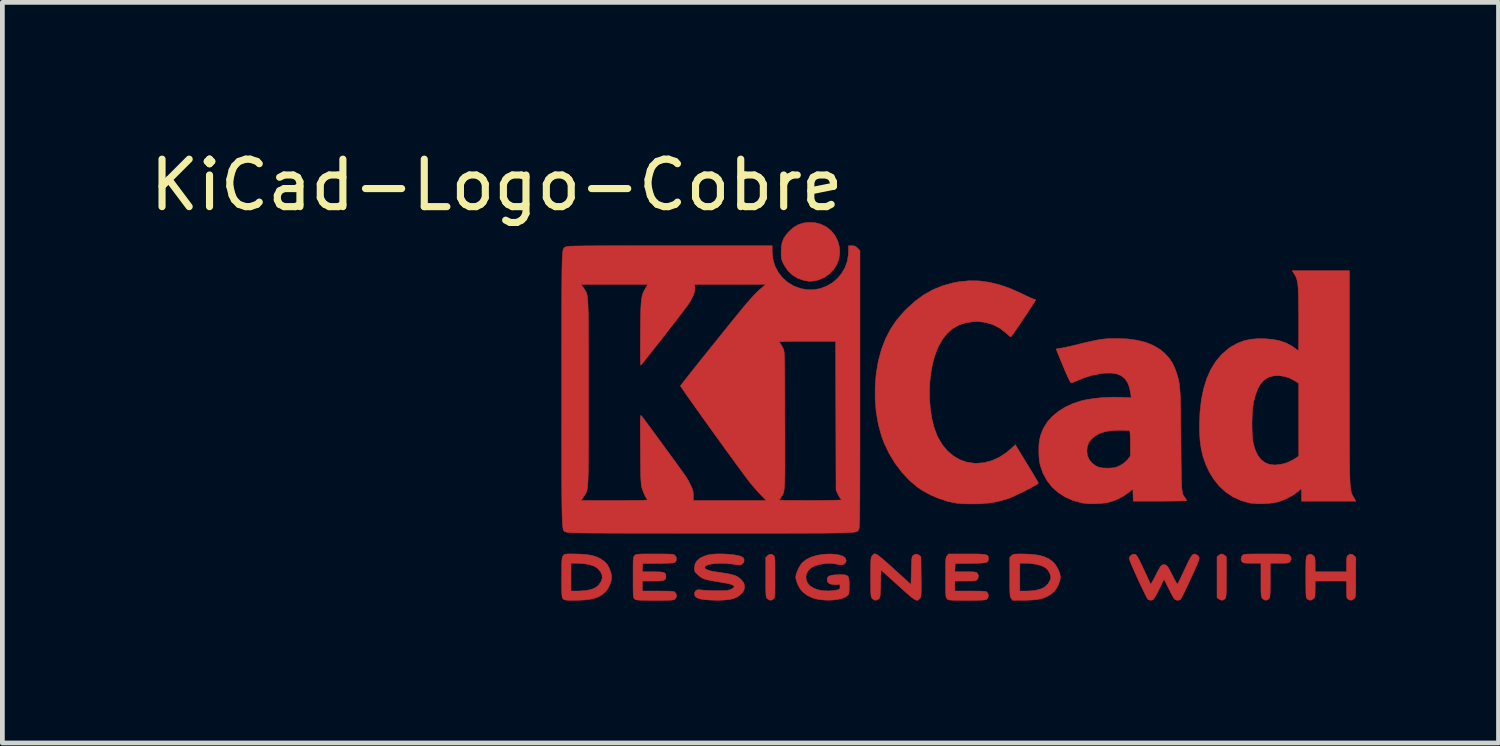
<source format=kicad_pcb>
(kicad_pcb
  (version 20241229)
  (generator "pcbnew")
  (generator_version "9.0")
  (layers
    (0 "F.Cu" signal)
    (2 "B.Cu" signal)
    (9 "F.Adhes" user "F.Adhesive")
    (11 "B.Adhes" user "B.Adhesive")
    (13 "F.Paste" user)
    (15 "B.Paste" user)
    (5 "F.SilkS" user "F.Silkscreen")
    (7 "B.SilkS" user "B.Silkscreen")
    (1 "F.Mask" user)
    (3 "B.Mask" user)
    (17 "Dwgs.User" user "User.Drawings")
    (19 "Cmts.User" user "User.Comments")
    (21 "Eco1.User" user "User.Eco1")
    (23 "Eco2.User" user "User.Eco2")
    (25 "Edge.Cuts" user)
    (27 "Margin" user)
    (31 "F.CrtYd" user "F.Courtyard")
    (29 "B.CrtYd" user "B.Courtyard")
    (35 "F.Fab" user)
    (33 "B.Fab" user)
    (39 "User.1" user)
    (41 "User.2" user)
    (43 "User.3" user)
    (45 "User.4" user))
  (footprint "KiCad-Logo-Cobre"
    (layer "F.Cu")
    (at 17.139 5.598)
    (property "Reference" "KiCad-Logo-Cobre" (at -9.728 -4.75 0) (layer "F.SilkS") (effects (font (size 1 1) (thickness 0.15))))
    (attr exclude_from_pos_files exclude_from_bom)
    (fp_poly (pts (xy 5.577 3.03) (xy 5.608 3.05) (xy 5.644 3.078) (xy 5.644 3.507) (xy 5.643 3.632) (xy 5.643 3.73) (xy 5.642 3.806) (xy 5.64 3.862) (xy 5.637 3.902) (xy 5.633 3.929) (xy 5.627 3.947) (xy 5.62 3.96) (xy 5.615 3.966) (xy 5.573 3.994) (xy 5.525 3.992) (xy 5.484 3.969) (xy 5.448 3.94) (xy 5.448 3.078) (xy 5.484 3.05) (xy 5.518 3.029) (xy 5.546 3.021) (xy 5.577 3.03)) (stroke (width 0.01) (type solid)) (fill yes) (layer "F.Cu"))
    (fp_poly (pts (xy -3.893 3.051) (xy -3.884 3.061) (xy -3.877 3.074) (xy -3.872 3.094) (xy -3.868 3.123) (xy -3.865 3.166) (xy -3.864 3.225) (xy -3.863 3.305) (xy -3.863 3.409) (xy -3.863 3.509) (xy -3.863 3.634) (xy -3.863 3.733) (xy -3.864 3.808) (xy -3.866 3.864) (xy -3.869 3.903) (xy -3.873 3.93) (xy -3.878 3.948) (xy -3.886 3.96) (xy -3.893 3.968) (xy -3.937 3.994) (xy -3.983 3.992) (xy -4.025 3.963) (xy -4.035 3.952) (xy -4.042 3.939) (xy -4.048 3.921) (xy -4.052 3.893) (xy -4.055 3.854) (xy -4.057 3.798) (xy -4.058 3.722) (xy -4.058 3.623) (xy -4.058 3.512) (xy -4.058 3.095) (xy -4.021 3.058) (xy -3.976 3.027) (xy -3.932 3.026) (xy -3.893 3.051)) (stroke (width 0.01) (type solid)) (fill yes) (layer "F.Cu"))
    (fp_poly (pts (xy -3.026 -3.959) (xy -2.898 -3.926) (xy -2.783 -3.869) (xy -2.683 -3.79) (xy -2.602 -3.69) (xy -2.542 -3.572) (xy -2.507 -3.444) (xy -2.499 -3.314) (xy -2.519 -3.189) (xy -2.564 -3.072) (xy -2.631 -2.967) (xy -2.719 -2.876) (xy -2.824 -2.804) (xy -2.945 -2.753) (xy -3.013 -2.737) (xy -3.072 -2.727) (xy -3.118 -2.723) (xy -3.162 -2.725) (xy -3.216 -2.734) (xy -3.26 -2.744) (xy -3.384 -2.786) (xy -3.496 -2.854) (xy -3.592 -2.946) (xy -3.669 -3.06) (xy -3.688 -3.096) (xy -3.71 -3.145) (xy -3.724 -3.185) (xy -3.731 -3.228) (xy -3.734 -3.283) (xy -3.734 -3.344) (xy -3.729 -3.456) (xy -3.711 -3.549) (xy -3.678 -3.629) (xy -3.625 -3.707) (xy -3.574 -3.766) (xy -3.478 -3.854) (xy -3.378 -3.914) (xy -3.268 -3.95) (xy -3.165 -3.964) (xy -3.026 -3.959)) (stroke (width 0.01) (type solid)) (fill yes) (layer "F.Cu"))
    (fp_poly (pts (xy 6.608 3.021) (xy 6.712 3.022) (xy 6.794 3.023) (xy 6.855 3.024) (xy 6.899 3.027) (xy 6.93 3.031) (xy 6.951 3.036) (xy 6.964 3.042) (xy 6.971 3.047) (xy 7.005 3.091) (xy 7.009 3.136) (xy 6.988 3.176) (xy 6.974 3.193) (xy 6.959 3.204) (xy 6.938 3.211) (xy 6.904 3.215) (xy 6.852 3.216) (xy 6.777 3.216) (xy 6.762 3.216) (xy 6.568 3.216) (xy 6.568 3.577) (xy 6.568 3.691) (xy 6.567 3.778) (xy 6.566 3.843) (xy 6.564 3.89) (xy 6.56 3.922) (xy 6.554 3.943) (xy 6.547 3.957) (xy 6.538 3.968) (xy 6.494 3.994) (xy 6.448 3.992) (xy 6.407 3.962) (xy 6.404 3.958) (xy 6.394 3.944) (xy 6.386 3.928) (xy 6.381 3.905) (xy 6.377 3.871) (xy 6.374 3.823) (xy 6.373 3.757) (xy 6.373 3.668) (xy 6.373 3.567) (xy 6.373 3.216) (xy 6.187 3.216) (xy 6.107 3.216) (xy 6.052 3.214) (xy 6.016 3.209) (xy 5.993 3.202) (xy 5.978 3.191) (xy 5.977 3.189) (xy 5.955 3.145) (xy 5.957 3.095) (xy 5.982 3.051) (xy 5.991 3.043) (xy 6.004 3.036) (xy 6.023 3.031) (xy 6.051 3.027) (xy 6.091 3.024) (xy 6.148 3.023) (xy 6.225 3.022) (xy 6.324 3.021) (xy 6.449 3.021) (xy 6.476 3.021) (xy 6.608 3.021)) (stroke (width 0.01) (type solid)) (fill yes) (layer "F.Cu"))
    (fp_poly (pts (xy 8.293 3.028) (xy 8.335 3.058) (xy 8.371 3.095) (xy 8.371 3.507) (xy 8.371 3.629) (xy 8.371 3.725) (xy 8.37 3.798) (xy 8.368 3.852) (xy 8.365 3.891) (xy 8.36 3.917) (xy 8.354 3.936) (xy 8.347 3.95) (xy 8.34 3.958) (xy 8.299 3.991) (xy 8.252 3.995) (xy 8.209 3.974) (xy 8.195 3.963) (xy 8.186 3.947) (xy 8.18 3.922) (xy 8.177 3.881) (xy 8.176 3.819) (xy 8.176 3.772) (xy 8.176 3.592) (xy 7.515 3.592) (xy 7.515 3.755) (xy 7.514 3.83) (xy 7.511 3.881) (xy 7.506 3.916) (xy 7.496 3.941) (xy 7.484 3.958) (xy 7.442 3.991) (xy 7.396 3.995) (xy 7.351 3.972) (xy 7.339 3.959) (xy 7.331 3.943) (xy 7.325 3.918) (xy 7.322 3.879) (xy 7.32 3.821) (xy 7.319 3.739) (xy 7.319 3.72) (xy 7.318 3.565) (xy 7.318 3.437) (xy 7.318 3.334) (xy 7.319 3.252) (xy 7.32 3.19) (xy 7.322 3.143) (xy 7.326 3.109) (xy 7.33 3.086) (xy 7.335 3.07) (xy 7.342 3.059) (xy 7.349 3.051) (xy 7.392 3.025) (xy 7.436 3.028) (xy 7.478 3.058) (xy 7.495 3.077) (xy 7.506 3.098) (xy 7.512 3.128) (xy 7.514 3.174) (xy 7.515 3.243) (xy 7.515 3.397) (xy 8.176 3.397) (xy 8.176 3.239) (xy 8.177 3.166) (xy 8.179 3.117) (xy 8.185 3.085) (xy 8.195 3.064) (xy 8.206 3.051) (xy 8.249 3.025) (xy 8.293 3.028)) (stroke (width 0.01) (type solid)) (fill yes) (layer "F.Cu"))
    (fp_poly (pts (xy 1.356 3.021) (xy 1.527 3.027) (xy 1.674 3.045) (xy 1.796 3.075) (xy 1.898 3.119) (xy 1.982 3.179) (xy 2.049 3.254) (xy 2.103 3.347) (xy 2.104 3.349) (xy 2.136 3.432) (xy 2.148 3.505) (xy 2.138 3.579) (xy 2.108 3.663) (xy 2.103 3.675) (xy 2.064 3.75) (xy 2.02 3.808) (xy 1.964 3.858) (xy 1.887 3.906) (xy 1.882 3.909) (xy 1.815 3.941) (xy 1.74 3.965) (xy 1.65 3.982) (xy 1.542 3.992) (xy 1.411 3.997) (xy 1.365 3.997) (xy 1.144 3.998) (xy 1.113 3.958) (xy 1.104 3.945) (xy 1.097 3.93) (xy 1.091 3.909) (xy 1.088 3.878) (xy 1.085 3.835) (xy 1.084 3.802) (xy 1.293 3.802) (xy 1.418 3.802) (xy 1.491 3.8) (xy 1.566 3.795) (xy 1.627 3.787) (xy 1.631 3.786) (xy 1.741 3.757) (xy 1.825 3.713) (xy 1.888 3.652) (xy 1.932 3.572) (xy 1.94 3.551) (xy 1.947 3.518) (xy 1.944 3.485) (xy 1.928 3.442) (xy 1.919 3.421) (xy 1.888 3.364) (xy 1.85 3.325) (xy 1.809 3.297) (xy 1.727 3.261) (xy 1.621 3.235) (xy 1.498 3.22) (xy 1.409 3.217) (xy 1.293 3.216) (xy 1.293 3.802) (xy 1.084 3.802) (xy 1.083 3.774) (xy 1.082 3.694) (xy 1.082 3.589) (xy 1.082 3.507) (xy 1.082 3.095) (xy 1.119 3.058) (xy 1.135 3.043) (xy 1.153 3.033) (xy 1.178 3.026) (xy 1.215 3.023) (xy 1.271 3.021) (xy 1.351 3.021) (xy 1.356 3.021)) (stroke (width 0.01) (type solid)) (fill yes) (layer "F.Cu"))
    (fp_poly (pts (xy -8.15 3.021) (xy -8.097 3.021) (xy -7.943 3.025) (xy -7.814 3.036) (xy -7.706 3.056) (xy -7.614 3.085) (xy -7.533 3.125) (xy -7.461 3.177) (xy -7.435 3.2) (xy -7.391 3.253) (xy -7.352 3.325) (xy -7.322 3.405) (xy -7.306 3.481) (xy -7.304 3.509) (xy -7.315 3.588) (xy -7.344 3.673) (xy -7.385 3.754) (xy -7.434 3.819) (xy -7.442 3.827) (xy -7.51 3.881) (xy -7.584 3.924) (xy -7.668 3.956) (xy -7.768 3.978) (xy -7.887 3.991) (xy -8.029 3.997) (xy -8.094 3.998) (xy -8.177 3.997) (xy -8.235 3.996) (xy -8.274 3.992) (xy -8.3 3.986) (xy -8.317 3.976) (xy -8.326 3.968) (xy -8.335 3.958) (xy -8.342 3.945) (xy -8.347 3.925) (xy -8.351 3.896) (xy -8.354 3.853) (xy -8.355 3.794) (xy -8.356 3.714) (xy -8.356 3.61) (xy -8.356 3.509) (xy -8.357 3.375) (xy -8.357 3.268) (xy -8.355 3.216) (xy -8.161 3.216) (xy -8.161 3.802) (xy -8.037 3.802) (xy -7.962 3.8) (xy -7.884 3.795) (xy -7.819 3.787) (xy -7.817 3.787) (xy -7.712 3.761) (xy -7.63 3.722) (xy -7.568 3.665) (xy -7.528 3.604) (xy -7.504 3.536) (xy -7.506 3.472) (xy -7.534 3.404) (xy -7.589 3.334) (xy -7.666 3.281) (xy -7.765 3.246) (xy -7.832 3.234) (xy -7.908 3.225) (xy -7.988 3.219) (xy -8.056 3.216) (xy -8.06 3.216) (xy -8.161 3.216) (xy -8.355 3.216) (xy -8.355 3.184) (xy -8.349 3.122) (xy -8.338 3.078) (xy -8.32 3.048) (xy -8.294 3.031) (xy -8.258 3.023) (xy -8.211 3.02) (xy -8.15 3.021)) (stroke (width 0.01) (type solid)) (fill yes) (layer "F.Cu"))
    (fp_poly (pts (xy -1.731 3.027) (xy -1.7 3.045) (xy -1.659 3.075) (xy -1.606 3.118) (xy -1.539 3.176) (xy -1.456 3.25) (xy -1.355 3.341) (xy -1.24 3.446) (xy -0.999 3.664) (xy -0.992 3.371) (xy -0.989 3.27) (xy -0.987 3.195) (xy -0.984 3.142) (xy -0.979 3.105) (xy -0.974 3.081) (xy -0.966 3.066) (xy -0.955 3.054) (xy -0.949 3.05) (xy -0.903 3.024) (xy -0.859 3.028) (xy -0.825 3.05) (xy -0.789 3.078) (xy -0.785 3.498) (xy -0.783 3.621) (xy -0.783 3.718) (xy -0.783 3.792) (xy -0.784 3.847) (xy -0.787 3.886) (xy -0.791 3.913) (xy -0.796 3.932) (xy -0.804 3.946) (xy -0.812 3.957) (xy -0.83 3.978) (xy -0.848 3.992) (xy -0.868 3.998) (xy -0.893 3.993) (xy -0.926 3.977) (xy -0.968 3.947) (xy -1.023 3.903) (xy -1.092 3.844) (xy -1.179 3.766) (xy -1.278 3.677) (xy -1.631 3.357) (xy -1.638 3.649) (xy -1.641 3.749) (xy -1.644 3.824) (xy -1.647 3.878) (xy -1.651 3.914) (xy -1.657 3.938) (xy -1.665 3.953) (xy -1.676 3.965) (xy -1.681 3.969) (xy -1.73 3.995) (xy -1.777 3.991) (xy -1.817 3.958) (xy -1.827 3.945) (xy -1.834 3.93) (xy -1.839 3.909) (xy -1.843 3.878) (xy -1.846 3.834) (xy -1.848 3.774) (xy -1.848 3.693) (xy -1.849 3.587) (xy -1.849 3.509) (xy -1.849 3.388) (xy -1.848 3.292) (xy -1.847 3.219) (xy -1.845 3.166) (xy -1.842 3.127) (xy -1.837 3.101) (xy -1.831 3.082) (xy -1.823 3.068) (xy -1.817 3.061) (xy -1.802 3.042) (xy -1.788 3.028) (xy -1.773 3.019) (xy -1.755 3.019) (xy -1.731 3.027)) (stroke (width 0.01) (type solid)) (fill yes) (layer "F.Cu"))
    (fp_poly (pts (xy -2.596 3.028) (xy -2.505 3.044) (xy -2.435 3.067) (xy -2.389 3.099) (xy -2.377 3.117) (xy -2.364 3.158) (xy -2.373 3.196) (xy -2.4 3.231) (xy -2.441 3.248) (xy -2.502 3.247) (xy -2.549 3.238) (xy -2.653 3.221) (xy -2.759 3.219) (xy -2.878 3.233) (xy -2.911 3.239) (xy -3.021 3.27) (xy -3.108 3.316) (xy -3.169 3.377) (xy -3.205 3.452) (xy -3.212 3.49) (xy -3.207 3.568) (xy -3.176 3.637) (xy -3.122 3.696) (xy -3.047 3.743) (xy -2.954 3.777) (xy -2.846 3.796) (xy -2.726 3.8) (xy -2.597 3.787) (xy -2.59 3.786) (xy -2.539 3.776) (xy -2.51 3.767) (xy -2.498 3.753) (xy -2.495 3.73) (xy -2.495 3.718) (xy -2.495 3.667) (xy -2.586 3.667) (xy -2.667 3.662) (xy -2.722 3.644) (xy -2.753 3.613) (xy -2.765 3.567) (xy -2.765 3.561) (xy -2.758 3.521) (xy -2.735 3.493) (xy -2.692 3.474) (xy -2.625 3.463) (xy -2.56 3.459) (xy -2.466 3.457) (xy -2.398 3.46) (xy -2.352 3.473) (xy -2.323 3.499) (xy -2.307 3.542) (xy -2.301 3.605) (xy -2.3 3.688) (xy -2.301 3.78) (xy -2.307 3.843) (xy -2.316 3.877) (xy -2.318 3.88) (xy -2.37 3.922) (xy -2.446 3.955) (xy -2.541 3.979) (xy -2.651 3.992) (xy -2.771 3.995) (xy -2.895 3.986) (xy -2.968 3.975) (xy -3.083 3.943) (xy -3.19 3.89) (xy -3.279 3.821) (xy -3.293 3.807) (xy -3.337 3.749) (xy -3.377 3.677) (xy -3.407 3.602) (xy -3.425 3.534) (xy -3.427 3.508) (xy -3.418 3.453) (xy -3.394 3.385) (xy -3.361 3.313) (xy -3.321 3.247) (xy -3.287 3.204) (xy -3.206 3.139) (xy -3.101 3.087) (xy -2.976 3.049) (xy -2.835 3.028) (xy -2.705 3.022) (xy -2.596 3.028)) (stroke (width 0.01) (type solid)) (fill yes) (layer "F.Cu"))
    (fp_poly (pts (xy 0.307 3.021) (xy 0.408 3.022) (xy 0.486 3.025) (xy 0.544 3.03) (xy 0.583 3.039) (xy 0.609 3.05) (xy 0.623 3.066) (xy 0.63 3.087) (xy 0.631 3.114) (xy 0.631 3.117) (xy 0.63 3.147) (xy 0.624 3.171) (xy 0.609 3.188) (xy 0.582 3.2) (xy 0.54 3.209) (xy 0.48 3.214) (xy 0.397 3.217) (xy 0.288 3.219) (xy 0.255 3.22) (xy -0.068 3.224) (xy -0.072 3.31) (xy -0.077 3.397) (xy 0.147 3.397) (xy 0.235 3.397) (xy 0.297 3.398) (xy 0.34 3.401) (xy 0.367 3.407) (xy 0.385 3.415) (xy 0.398 3.426) (xy 0.398 3.426) (xy 0.421 3.471) (xy 0.42 3.519) (xy 0.396 3.561) (xy 0.391 3.565) (xy 0.374 3.576) (xy 0.35 3.583) (xy 0.315 3.588) (xy 0.263 3.591) (xy 0.189 3.592) (xy 0.141 3.592) (xy -0.075 3.592) (xy -0.075 3.802) (xy 0.253 3.802) (xy 0.362 3.803) (xy 0.444 3.803) (xy 0.504 3.805) (xy 0.546 3.808) (xy 0.574 3.812) (xy 0.592 3.819) (xy 0.603 3.827) (xy 0.606 3.83) (xy 0.628 3.872) (xy 0.629 3.92) (xy 0.612 3.961) (xy 0.598 3.974) (xy 0.583 3.982) (xy 0.561 3.987) (xy 0.527 3.992) (xy 0.478 3.995) (xy 0.41 3.996) (xy 0.32 3.998) (xy 0.204 3.998) (xy 0.178 3.998) (xy 0.06 3.998) (xy -0.032 3.997) (xy -0.1 3.996) (xy -0.15 3.994) (xy -0.185 3.991) (xy -0.208 3.986) (xy -0.223 3.98) (xy -0.234 3.971) (xy -0.24 3.965) (xy -0.249 3.954) (xy -0.256 3.94) (xy -0.261 3.921) (xy -0.265 3.891) (xy -0.268 3.848) (xy -0.269 3.788) (xy -0.27 3.708) (xy -0.27 3.604) (xy -0.271 3.516) (xy -0.27 3.393) (xy -0.27 3.297) (xy -0.269 3.223) (xy -0.267 3.168) (xy -0.264 3.129) (xy -0.26 3.102) (xy -0.254 3.084) (xy -0.246 3.069) (xy -0.239 3.061) (xy -0.208 3.021) (xy 0.178 3.021) (xy 0.307 3.021)) (stroke (width 0.01) (type solid)) (fill yes) (layer "F.Cu"))
    (fp_poly (pts (xy -6.274 3.021) (xy -6.182 3.022) (xy -6.112 3.023) (xy -6.061 3.025) (xy -6.026 3.028) (xy -6.002 3.033) (xy -5.986 3.039) (xy -5.974 3.048) (xy -5.97 3.052) (xy -5.943 3.093) (xy -5.939 3.14) (xy -5.956 3.183) (xy -5.964 3.191) (xy -5.977 3.199) (xy -5.998 3.206) (xy -6.03 3.211) (xy -6.079 3.214) (xy -6.146 3.217) (xy -6.237 3.219) (xy -6.321 3.22) (xy -6.651 3.224) (xy -6.66 3.397) (xy -6.436 3.397) (xy -6.339 3.398) (xy -6.267 3.401) (xy -6.218 3.409) (xy -6.187 3.422) (xy -6.17 3.442) (xy -6.163 3.471) (xy -6.162 3.498) (xy -6.165 3.532) (xy -6.178 3.556) (xy -6.203 3.573) (xy -6.246 3.584) (xy -6.308 3.59) (xy -6.396 3.592) (xy -6.444 3.592) (xy -6.658 3.592) (xy -6.658 3.802) (xy -6.327 3.802) (xy -6.219 3.803) (xy -6.137 3.803) (xy -6.076 3.805) (xy -6.034 3.808) (xy -6.005 3.812) (xy -5.986 3.818) (xy -5.973 3.826) (xy -5.967 3.833) (xy -5.944 3.868) (xy -5.937 3.9) (xy -5.947 3.939) (xy -5.967 3.968) (xy -5.977 3.977) (xy -5.991 3.984) (xy -6.011 3.989) (xy -6.041 3.993) (xy -6.086 3.995) (xy -6.148 3.997) (xy -6.231 3.998) (xy -6.339 3.998) (xy -6.395 3.998) (xy -6.515 3.998) (xy -6.609 3.997) (xy -6.68 3.996) (xy -6.731 3.994) (xy -6.767 3.991) (xy -6.792 3.986) (xy -6.808 3.98) (xy -6.819 3.972) (xy -6.823 3.968) (xy -6.832 3.958) (xy -6.839 3.945) (xy -6.844 3.925) (xy -6.848 3.896) (xy -6.851 3.853) (xy -6.852 3.793) (xy -6.853 3.713) (xy -6.853 3.609) (xy -6.853 3.512) (xy -6.853 3.388) (xy -6.853 3.29) (xy -6.852 3.216) (xy -6.851 3.161) (xy -6.848 3.122) (xy -6.844 3.095) (xy -6.838 3.078) (xy -6.831 3.066) (xy -6.821 3.056) (xy -6.819 3.054) (xy -6.807 3.044) (xy -6.794 3.036) (xy -6.775 3.03) (xy -6.747 3.026) (xy -6.705 3.024) (xy -6.647 3.022) (xy -6.569 3.021) (xy -6.466 3.021) (xy -6.393 3.021) (xy -6.274 3.021)) (stroke (width 0.01) (type solid)) (fill yes) (layer "F.Cu"))
    (fp_poly (pts (xy 4.986 3.024) (xy 5.012 3.033) (xy 5.013 3.033) (xy 5.048 3.06) (xy 5.068 3.088) (xy 5.071 3.101) (xy 5.071 3.119) (xy 5.066 3.143) (xy 5.054 3.178) (xy 5.035 3.227) (xy 5.007 3.292) (xy 4.969 3.377) (xy 4.92 3.484) (xy 4.893 3.543) (xy 4.844 3.648) (xy 4.799 3.744) (xy 4.758 3.829) (xy 4.723 3.898) (xy 4.697 3.948) (xy 4.681 3.975) (xy 4.677 3.979) (xy 4.636 3.996) (xy 4.589 3.994) (xy 4.552 3.973) (xy 4.55 3.972) (xy 4.536 3.949) (xy 4.511 3.905) (xy 4.479 3.845) (xy 4.443 3.776) (xy 4.43 3.75) (xy 4.332 3.555) (xy 4.226 3.767) (xy 4.188 3.84) (xy 4.153 3.904) (xy 4.123 3.953) (xy 4.102 3.982) (xy 4.095 3.988) (xy 4.04 3.997) (xy 3.994 3.979) (xy 3.98 3.96) (xy 3.957 3.918) (xy 3.926 3.856) (xy 3.889 3.78) (xy 3.847 3.693) (xy 3.803 3.599) (xy 3.759 3.503) (xy 3.717 3.409) (xy 3.678 3.32) (xy 3.644 3.242) (xy 3.618 3.177) (xy 3.601 3.131) (xy 3.595 3.108) (xy 3.595 3.107) (xy 3.61 3.077) (xy 3.639 3.047) (xy 3.641 3.046) (xy 3.677 3.025) (xy 3.71 3.026) (xy 3.723 3.029) (xy 3.738 3.038) (xy 3.754 3.054) (xy 3.774 3.082) (xy 3.797 3.125) (xy 3.828 3.186) (xy 3.868 3.268) (xy 3.903 3.344) (xy 3.944 3.433) (xy 3.981 3.512) (xy 4.011 3.578) (xy 4.034 3.628) (xy 4.046 3.655) (xy 4.048 3.66) (xy 4.056 3.653) (xy 4.075 3.623) (xy 4.102 3.575) (xy 4.135 3.512) (xy 4.148 3.487) (xy 4.191 3.4) (xy 4.225 3.337) (xy 4.252 3.294) (xy 4.274 3.267) (xy 4.294 3.253) (xy 4.316 3.247) (xy 4.33 3.246) (xy 4.354 3.249) (xy 4.376 3.258) (xy 4.398 3.277) (xy 4.422 3.311) (xy 4.452 3.363) (xy 4.49 3.437) (xy 4.512 3.479) (xy 4.546 3.546) (xy 4.576 3.601) (xy 4.599 3.64) (xy 4.612 3.659) (xy 4.614 3.66) (xy 4.623 3.645) (xy 4.642 3.607) (xy 4.67 3.55) (xy 4.705 3.477) (xy 4.744 3.393) (xy 4.764 3.351) (xy 4.815 3.243) (xy 4.855 3.16) (xy 4.888 3.1) (xy 4.916 3.058) (xy 4.94 3.033) (xy 4.962 3.023) (xy 4.986 3.024)) (stroke (width 0.01) (type solid)) (fill yes) (layer "F.Cu"))
    (fp_poly (pts (xy -4.915 3.023) (xy -4.815 3.03) (xy -4.723 3.04) (xy -4.642 3.055) (xy -4.58 3.072) (xy -4.54 3.093) (xy -4.534 3.098) (xy -4.513 3.144) (xy -4.52 3.192) (xy -4.552 3.232) (xy -4.554 3.233) (xy -4.573 3.246) (xy -4.593 3.252) (xy -4.621 3.253) (xy -4.664 3.248) (xy -4.729 3.238) (xy -4.734 3.237) (xy -4.831 3.225) (xy -4.936 3.219) (xy -5.04 3.219) (xy -5.138 3.225) (xy -5.222 3.236) (xy -5.283 3.252) (xy -5.287 3.254) (xy -5.332 3.279) (xy -5.348 3.304) (xy -5.336 3.329) (xy -5.296 3.353) (xy -5.231 3.375) (xy -5.14 3.394) (xy -5.08 3.403) (xy -4.955 3.421) (xy -4.855 3.438) (xy -4.777 3.454) (xy -4.715 3.472) (xy -4.667 3.492) (xy -4.628 3.517) (xy -4.592 3.547) (xy -4.564 3.576) (xy -4.531 3.617) (xy -4.514 3.652) (xy -4.509 3.696) (xy -4.509 3.712) (xy -4.513 3.765) (xy -4.528 3.804) (xy -4.555 3.839) (xy -4.609 3.892) (xy -4.67 3.933) (xy -4.742 3.962) (xy -4.828 3.982) (xy -4.935 3.992) (xy -5.066 3.996) (xy -5.088 3.996) (xy -5.175 3.994) (xy -5.261 3.99) (xy -5.338 3.984) (xy -5.395 3.977) (xy -5.399 3.976) (xy -5.456 3.963) (xy -5.504 3.946) (xy -5.531 3.93) (xy -5.556 3.89) (xy -5.558 3.842) (xy -5.536 3.8) (xy -5.531 3.795) (xy -5.511 3.781) (xy -5.486 3.775) (xy -5.447 3.776) (xy -5.4 3.781) (xy -5.347 3.786) (xy -5.273 3.79) (xy -5.186 3.793) (xy -5.096 3.795) (xy -5.072 3.795) (xy -4.982 3.794) (xy -4.916 3.793) (xy -4.868 3.789) (xy -4.833 3.782) (xy -4.805 3.773) (xy -4.788 3.765) (xy -4.75 3.743) (xy -4.726 3.723) (xy -4.723 3.717) (xy -4.73 3.694) (xy -4.765 3.671) (xy -4.825 3.65) (xy -4.908 3.632) (xy -4.933 3.628) (xy -5.061 3.608) (xy -5.163 3.591) (xy -5.243 3.576) (xy -5.305 3.562) (xy -5.353 3.548) (xy -5.391 3.532) (xy -5.423 3.514) (xy -5.453 3.491) (xy -5.484 3.463) (xy -5.495 3.454) (xy -5.532 3.417) (xy -5.552 3.388) (xy -5.56 3.355) (xy -5.561 3.314) (xy -5.547 3.232) (xy -5.506 3.163) (xy -5.438 3.106) (xy -5.343 3.062) (xy -5.275 3.042) (xy -5.202 3.029) (xy -5.114 3.022) (xy -5.016 3.02) (xy -4.915 3.023)) (stroke (width 0.01) (type solid)) (fill yes) (layer "F.Cu"))
    (fp_poly (pts (xy 0.437 -2.731) (xy 0.65 -2.702) (xy 0.869 -2.649) (xy 1.095 -2.57) (xy 1.331 -2.464) (xy 1.346 -2.457) (xy 1.423 -2.419) (xy 1.492 -2.387) (xy 1.547 -2.363) (xy 1.585 -2.348) (xy 1.597 -2.345) (xy 1.623 -2.338) (xy 1.629 -2.332) (xy 1.622 -2.318) (xy 1.601 -2.283) (xy 1.567 -2.231) (xy 1.524 -2.165) (xy 1.474 -2.088) (xy 1.419 -2.006) (xy 1.362 -1.92) (xy 1.305 -1.836) (xy 1.25 -1.756) (xy 1.201 -1.684) (xy 1.159 -1.624) (xy 1.127 -1.579) (xy 1.108 -1.554) (xy 1.105 -1.551) (xy 1.092 -1.558) (xy 1.062 -1.58) (xy 1.022 -1.616) (xy 1.001 -1.635) (xy 0.872 -1.735) (xy 0.73 -1.809) (xy 0.576 -1.856) (xy 0.413 -1.875) (xy 0.32 -1.873) (xy 0.159 -1.85) (xy 0.014 -1.803) (xy -0.116 -1.729) (xy -0.231 -1.631) (xy -0.332 -1.506) (xy -0.418 -1.355) (xy -0.468 -1.24) (xy -0.526 -1.059) (xy -0.569 -0.863) (xy -0.597 -0.656) (xy -0.61 -0.443) (xy -0.607 -0.23) (xy -0.59 -0.022) (xy -0.558 0.177) (xy -0.511 0.361) (xy -0.45 0.526) (xy -0.428 0.571) (xy -0.337 0.723) (xy -0.23 0.851) (xy -0.108 0.955) (xy 0.027 1.034) (xy 0.173 1.086) (xy 0.329 1.11) (xy 0.385 1.112) (xy 0.546 1.097) (xy 0.707 1.054) (xy 0.864 0.982) (xy 1.015 0.883) (xy 1.137 0.778) (xy 1.199 0.719) (xy 1.44 1.115) (xy 1.5 1.213) (xy 1.555 1.304) (xy 1.603 1.384) (xy 1.641 1.449) (xy 1.669 1.497) (xy 1.684 1.523) (xy 1.686 1.527) (xy 1.675 1.54) (xy 1.641 1.563) (xy 1.588 1.594) (xy 1.521 1.631) (xy 1.443 1.671) (xy 1.36 1.713) (xy 1.275 1.754) (xy 1.193 1.793) (xy 1.118 1.826) (xy 1.054 1.852) (xy 1.022 1.863) (xy 0.844 1.913) (xy 0.661 1.947) (xy 0.464 1.964) (xy 0.295 1.967) (xy 0.205 1.966) (xy 0.118 1.963) (xy 0.041 1.959) (xy -0.017 1.955) (xy -0.036 1.952) (xy -0.221 1.914) (xy -0.409 1.854) (xy -0.592 1.776) (xy -0.761 1.683) (xy -0.864 1.613) (xy -1.034 1.469) (xy -1.191 1.3) (xy -1.334 1.112) (xy -1.458 0.907) (xy -1.562 0.69) (xy -1.62 0.534) (xy -1.687 0.289) (xy -1.732 0.03) (xy -1.754 -0.238) (xy -1.754 -0.509) (xy -1.732 -0.778) (xy -1.688 -1.039) (xy -1.621 -1.287) (xy -1.616 -1.302) (xy -1.532 -1.518) (xy -1.43 -1.715) (xy -1.306 -1.899) (xy -1.156 -2.075) (xy -1.098 -2.135) (xy -0.917 -2.3) (xy -0.73 -2.437) (xy -0.536 -2.546) (xy -0.331 -2.63) (xy -0.112 -2.69) (xy 0.015 -2.713) (xy 0.226 -2.734) (xy 0.437 -2.731)) (stroke (width 0.01) (type solid)) (fill yes) (layer "F.Cu"))
    (fp_poly (pts (xy 8.236 -0.703) (xy 8.236 -0.391) (xy 8.237 -0.107) (xy 8.237 0.149) (xy 8.237 0.38) (xy 8.237 0.587) (xy 8.238 0.77) (xy 8.239 0.933) (xy 8.24 1.076) (xy 8.241 1.2) (xy 8.243 1.308) (xy 8.246 1.4) (xy 8.249 1.478) (xy 8.252 1.544) (xy 8.257 1.598) (xy 8.261 1.643) (xy 8.267 1.681) (xy 8.274 1.711) (xy 8.281 1.736) (xy 8.289 1.758) (xy 8.298 1.778) (xy 8.308 1.796) (xy 8.319 1.816) (xy 8.326 1.828) (xy 8.372 1.909) (xy 7.229 1.909) (xy 7.229 1.781) (xy 7.228 1.723) (xy 7.226 1.679) (xy 7.222 1.655) (xy 7.22 1.653) (xy 7.205 1.662) (xy 7.175 1.686) (xy 7.145 1.712) (xy 7.072 1.766) (xy 6.979 1.821) (xy 6.877 1.871) (xy 6.774 1.911) (xy 6.733 1.924) (xy 6.642 1.943) (xy 6.531 1.956) (xy 6.412 1.963) (xy 6.295 1.963) (xy 6.19 1.955) (xy 6.14 1.948) (xy 5.956 1.897) (xy 5.786 1.82) (xy 5.632 1.718) (xy 5.494 1.591) (xy 5.373 1.439) (xy 5.284 1.292) (xy 5.211 1.136) (xy 5.155 0.978) (xy 5.115 0.81) (xy 5.09 0.628) (xy 5.079 0.426) (xy 5.078 0.323) (xy 5.081 0.248) (xy 6.184 0.248) (xy 6.185 0.371) (xy 6.189 0.488) (xy 6.196 0.591) (xy 6.207 0.672) (xy 6.211 0.689) (xy 6.253 0.832) (xy 6.309 0.947) (xy 6.378 1.037) (xy 6.461 1.099) (xy 6.558 1.136) (xy 6.671 1.147) (xy 6.799 1.132) (xy 6.884 1.111) (xy 6.949 1.087) (xy 7.021 1.053) (xy 7.075 1.021) (xy 7.169 0.96) (xy 7.169 -0.572) (xy 7.079 -0.63) (xy 6.975 -0.684) (xy 6.863 -0.72) (xy 6.749 -0.736) (xy 6.641 -0.731) (xy 6.544 -0.706) (xy 6.502 -0.685) (xy 6.424 -0.628) (xy 6.359 -0.553) (xy 6.305 -0.456) (xy 6.259 -0.335) (xy 6.22 -0.188) (xy 6.218 -0.18) (xy 6.205 -0.097) (xy 6.194 0.006) (xy 6.188 0.123) (xy 6.184 0.248) (xy 5.081 0.248) (xy 5.088 0.04) (xy 5.117 -0.221) (xy 5.165 -0.459) (xy 5.232 -0.674) (xy 5.317 -0.866) (xy 5.421 -1.034) (xy 5.543 -1.179) (xy 5.683 -1.301) (xy 5.743 -1.342) (xy 5.877 -1.417) (xy 6.015 -1.47) (xy 6.162 -1.502) (xy 6.323 -1.515) (xy 6.446 -1.513) (xy 6.619 -1.499) (xy 6.769 -1.47) (xy 6.9 -1.425) (xy 7.018 -1.363) (xy 7.083 -1.317) (xy 7.122 -1.288) (xy 7.151 -1.268) (xy 7.162 -1.262) (xy 7.164 -1.277) (xy 7.166 -1.318) (xy 7.167 -1.381) (xy 7.168 -1.464) (xy 7.168 -1.562) (xy 7.168 -1.672) (xy 7.168 -1.789) (xy 7.168 -1.912) (xy 7.167 -2.035) (xy 7.166 -2.155) (xy 7.164 -2.268) (xy 7.163 -2.372) (xy 7.161 -2.461) (xy 7.159 -2.533) (xy 7.156 -2.583) (xy 7.156 -2.593) (xy 7.146 -2.686) (xy 7.13 -2.76) (xy 7.107 -2.823) (xy 7.072 -2.884) (xy 7.063 -2.897) (xy 7.031 -2.946) (xy 8.236 -2.946) (xy 8.236 -0.703)) (stroke (width 0.01) (type solid)) (fill yes) (layer "F.Cu"))
    (fp_poly (pts (xy 3.559 -1.509) (xy 3.762 -1.482) (xy 3.942 -1.438) (xy 4.101 -1.374) (xy 4.24 -1.292) (xy 4.343 -1.208) (xy 4.435 -1.109) (xy 4.507 -1.003) (xy 4.564 -0.88) (xy 4.584 -0.823) (xy 4.602 -0.771) (xy 4.616 -0.723) (xy 4.629 -0.676) (xy 4.64 -0.628) (xy 4.65 -0.576) (xy 4.657 -0.519) (xy 4.664 -0.453) (xy 4.669 -0.376) (xy 4.674 -0.286) (xy 4.677 -0.181) (xy 4.68 -0.057) (xy 4.682 0.088) (xy 4.684 0.256) (xy 4.686 0.449) (xy 4.688 0.639) (xy 4.69 0.847) (xy 4.691 1.027) (xy 4.693 1.181) (xy 4.695 1.312) (xy 4.697 1.422) (xy 4.699 1.513) (xy 4.703 1.587) (xy 4.707 1.646) (xy 4.712 1.693) (xy 4.718 1.729) (xy 4.726 1.758) (xy 4.735 1.781) (xy 4.746 1.8) (xy 4.759 1.818) (xy 4.773 1.837) (xy 4.779 1.844) (xy 4.8 1.874) (xy 4.809 1.895) (xy 4.809 1.896) (xy 4.795 1.899) (xy 4.754 1.901) (xy 4.689 1.904) (xy 4.604 1.906) (xy 4.502 1.907) (xy 4.387 1.908) (xy 4.261 1.909) (xy 4.246 1.909) (xy 3.683 1.909) (xy 3.679 1.781) (xy 3.675 1.653) (xy 3.592 1.721) (xy 3.462 1.811) (xy 3.316 1.884) (xy 3.201 1.924) (xy 3.109 1.943) (xy 2.998 1.957) (xy 2.879 1.963) (xy 2.761 1.963) (xy 2.656 1.955) (xy 2.608 1.947) (xy 2.421 1.897) (xy 2.253 1.824) (xy 2.104 1.729) (xy 1.975 1.614) (xy 1.869 1.48) (xy 1.785 1.327) (xy 1.726 1.16) (xy 1.709 1.084) (xy 1.699 1.001) (xy 1.694 0.902) (xy 1.694 0.857) (xy 1.694 0.852) (xy 2.706 0.852) (xy 2.718 0.952) (xy 2.756 1.037) (xy 2.82 1.111) (xy 2.827 1.117) (xy 2.891 1.164) (xy 2.96 1.194) (xy 3.041 1.21) (xy 3.141 1.213) (xy 3.165 1.213) (xy 3.237 1.209) (xy 3.29 1.202) (xy 3.337 1.189) (xy 3.388 1.166) (xy 3.403 1.159) (xy 3.483 1.111) (xy 3.546 1.055) (xy 3.563 1.034) (xy 3.622 0.959) (xy 3.622 0.698) (xy 3.621 0.594) (xy 3.619 0.517) (xy 3.615 0.464) (xy 3.609 0.435) (xy 3.604 0.426) (xy 3.583 0.422) (xy 3.538 0.419) (xy 3.475 0.416) (xy 3.402 0.415) (xy 3.39 0.415) (xy 3.229 0.422) (xy 3.092 0.444) (xy 2.977 0.481) (xy 2.881 0.534) (xy 2.808 0.596) (xy 2.748 0.673) (xy 2.715 0.757) (xy 2.706 0.852) (xy 1.694 0.852) (xy 1.696 0.732) (xy 1.708 0.627) (xy 1.729 0.532) (xy 1.763 0.438) (xy 1.795 0.368) (xy 1.873 0.241) (xy 1.977 0.124) (xy 2.104 0.019) (xy 2.25 -0.073) (xy 2.413 -0.148) (xy 2.589 -0.205) (xy 2.675 -0.225) (xy 2.857 -0.255) (xy 3.054 -0.274) (xy 3.256 -0.282) (xy 3.424 -0.28) (xy 3.64 -0.271) (xy 3.63 -0.35) (xy 3.604 -0.482) (xy 3.563 -0.589) (xy 3.505 -0.673) (xy 3.428 -0.734) (xy 3.332 -0.773) (xy 3.216 -0.79) (xy 3.079 -0.787) (xy 3.028 -0.782) (xy 2.84 -0.749) (xy 2.658 -0.694) (xy 2.532 -0.643) (xy 2.472 -0.617) (xy 2.421 -0.597) (xy 2.386 -0.584) (xy 2.376 -0.581) (xy 2.363 -0.593) (xy 2.341 -0.632) (xy 2.309 -0.697) (xy 2.267 -0.79) (xy 2.216 -0.911) (xy 2.207 -0.932) (xy 2.167 -1.028) (xy 2.131 -1.115) (xy 2.101 -1.189) (xy 2.078 -1.246) (xy 2.064 -1.282) (xy 2.06 -1.294) (xy 2.073 -1.3) (xy 2.108 -1.308) (xy 2.145 -1.312) (xy 2.186 -1.319) (xy 2.249 -1.331) (xy 2.331 -1.349) (xy 2.424 -1.37) (xy 2.525 -1.394) (xy 2.563 -1.404) (xy 2.702 -1.438) (xy 2.819 -1.464) (xy 2.918 -1.485) (xy 3.006 -1.499) (xy 3.088 -1.509) (xy 3.169 -1.515) (xy 3.257 -1.517) (xy 3.334 -1.518) (xy 3.559 -1.509)) (stroke (width 0.01) (type solid)) (fill yes) (layer "F.Cu"))
    (fp_poly (pts (xy -3.923 -3.343) (xy -3.908 -3.191) (xy -3.866 -3.048) (xy -3.798 -2.916) (xy -3.707 -2.799) (xy -3.594 -2.699) (xy -3.465 -2.622) (xy -3.323 -2.57) (xy -3.181 -2.545) (xy -3.04 -2.546) (xy -2.904 -2.572) (xy -2.775 -2.621) (xy -2.657 -2.69) (xy -2.552 -2.779) (xy -2.462 -2.885) (xy -2.391 -3.006) (xy -2.342 -3.141) (xy -2.317 -3.288) (xy -2.315 -3.355) (xy -2.315 -3.472) (xy -2.245 -3.472) (xy -2.197 -3.468) (xy -2.161 -3.452) (xy -2.125 -3.421) (xy -2.074 -3.37) (xy -2.074 -0.452) (xy -2.074 -0.103) (xy -2.074 0.217) (xy -2.074 0.51) (xy -2.074 0.776) (xy -2.075 1.018) (xy -2.075 1.235) (xy -2.075 1.43) (xy -2.076 1.604) (xy -2.076 1.757) (xy -2.077 1.892) (xy -2.078 2.01) (xy -2.079 2.111) (xy -2.08 2.197) (xy -2.081 2.269) (xy -2.082 2.329) (xy -2.084 2.377) (xy -2.086 2.416) (xy -2.088 2.446) (xy -2.09 2.468) (xy -2.093 2.484) (xy -2.095 2.495) (xy -2.098 2.503) (xy -2.1 2.505) (xy -2.105 2.514) (xy -2.11 2.523) (xy -2.115 2.531) (xy -2.122 2.538) (xy -2.131 2.544) (xy -2.145 2.55) (xy -2.164 2.556) (xy -2.189 2.56) (xy -2.223 2.565) (xy -2.265 2.568) (xy -2.317 2.571) (xy -2.381 2.574) (xy -2.458 2.577) (xy -2.549 2.579) (xy -2.654 2.58) (xy -2.776 2.582) (xy -2.916 2.583) (xy -3.074 2.583) (xy -3.253 2.584) (xy -3.453 2.584) (xy -3.675 2.585) (xy -3.921 2.585) (xy -4.192 2.585) (xy -4.489 2.585) (xy -4.814 2.585) (xy -5.167 2.585) (xy -5.219 2.585) (xy -5.574 2.585) (xy -5.901 2.585) (xy -6.2 2.584) (xy -6.472 2.584) (xy -6.72 2.584) (xy -6.943 2.584) (xy -7.144 2.583) (xy -7.323 2.583) (xy -7.482 2.582) (xy -7.622 2.581) (xy -7.744 2.581) (xy -7.85 2.58) (xy -7.94 2.578) (xy -8.016 2.577) (xy -8.08 2.576) (xy -8.131 2.574) (xy -8.172 2.572) (xy -8.204 2.57) (xy -8.227 2.568) (xy -8.244 2.566) (xy -8.256 2.563) (xy -8.261 2.561) (xy -8.273 2.556) (xy -8.283 2.553) (xy -8.293 2.549) (xy -8.301 2.544) (xy -8.309 2.537) (xy -8.316 2.526) (xy -8.322 2.51) (xy -8.328 2.488) (xy -8.333 2.458) (xy -8.337 2.42) (xy -8.341 2.372) (xy -8.344 2.312) (xy -8.347 2.24) (xy -8.349 2.155) (xy -8.351 2.054) (xy -8.353 1.937) (xy -8.354 1.803) (xy -8.355 1.65) (xy -8.356 1.477) (xy -8.356 1.283) (xy -8.356 1.067) (xy -8.357 0.827) (xy -8.357 0.562) (xy -8.357 0.271) (xy -8.356 -0.047) (xy -8.356 -0.394) (xy -8.356 -0.45) (xy -8.356 -0.8) (xy -8.357 -1.121) (xy -8.357 -1.415) (xy -8.356 -1.682) (xy -8.356 -1.925) (xy -8.356 -2.143) (xy -8.356 -2.339) (xy -8.355 -2.514) (xy -8.354 -2.66) (xy -7.951 -2.66) (xy -7.898 -2.583) (xy -7.883 -2.562) (xy -7.87 -2.544) (xy -7.858 -2.526) (xy -7.847 -2.507) (xy -7.838 -2.487) (xy -7.829 -2.462) (xy -7.822 -2.431) (xy -7.816 -2.394) (xy -7.811 -2.348) (xy -7.806 -2.292) (xy -7.803 -2.224) (xy -7.8 -2.143) (xy -7.797 -2.046) (xy -7.796 -1.933) (xy -7.794 -1.802) (xy -7.794 -1.651) (xy -7.793 -1.479) (xy -7.793 -1.284) (xy -7.793 -1.065) (xy -7.793 -0.82) (xy -7.793 -0.547) (xy -7.793 -0.383) (xy -7.793 -0.094) (xy -7.793 0.166) (xy -7.793 0.399) (xy -7.793 0.608) (xy -7.793 0.792) (xy -7.794 0.954) (xy -7.795 1.096) (xy -7.796 1.219) (xy -7.798 1.324) (xy -7.801 1.413) (xy -7.804 1.489) (xy -7.808 1.551) (xy -7.813 1.603) (xy -7.818 1.645) (xy -7.825 1.679) (xy -7.833 1.706) (xy -7.841 1.729) (xy -7.851 1.749) (xy -7.862 1.767) (xy -7.875 1.785) (xy -7.889 1.805) (xy -7.897 1.817) (xy -7.949 1.894) (xy -7.241 1.894) (xy -7.077 1.894) (xy -6.94 1.893) (xy -6.829 1.893) (xy -6.741 1.892) (xy -6.672 1.891) (xy -6.622 1.889) (xy -6.587 1.887) (xy -6.566 1.884) (xy -6.555 1.88) (xy -6.552 1.875) (xy -6.555 1.869) (xy -6.556 1.867) (xy -6.59 1.818) (xy -6.624 1.748) (xy -6.656 1.665) (xy -6.667 1.63) (xy -6.673 1.606) (xy -6.678 1.578) (xy -6.682 1.543) (xy -6.686 1.498) (xy -6.689 1.441) (xy -6.692 1.369) (xy -6.694 1.278) (xy -6.695 1.167) (xy -6.697 1.032) (xy -6.698 0.871) (xy -6.699 0.812) (xy -6.7 0.645) (xy -6.701 0.506) (xy -6.702 0.392) (xy -6.702 0.302) (xy -6.702 0.231) (xy -6.7 0.179) (xy -6.699 0.143) (xy -6.696 0.12) (xy -6.692 0.108) (xy -6.688 0.104) (xy -6.682 0.107) (xy -6.676 0.113) (xy -6.662 0.13) (xy -6.633 0.169) (xy -6.59 0.226) (xy -6.536 0.299) (xy -6.472 0.385) (xy -6.401 0.482) (xy -6.325 0.585) (xy -6.246 0.693) (xy -6.166 0.803) (xy -6.087 0.911) (xy -6.01 1.016) (xy -5.94 1.113) (xy -5.876 1.201) (xy -5.822 1.276) (xy -5.779 1.336) (xy -5.749 1.378) (xy -5.743 1.387) (xy -5.713 1.436) (xy -5.677 1.5) (xy -5.643 1.566) (xy -5.639 1.574) (xy -5.61 1.639) (xy -5.593 1.689) (xy -5.586 1.736) (xy -5.584 1.792) (xy -5.585 1.894) (xy -4.048 1.894) (xy -4.17 1.769) (xy -4.232 1.703) (xy -4.299 1.627) (xy -4.36 1.555) (xy -4.387 1.521) (xy -4.428 1.469) (xy -4.481 1.398) (xy -4.546 1.311) (xy -4.62 1.21) (xy -4.702 1.098) (xy -4.791 0.976) (xy -4.885 0.847) (xy -4.983 0.712) (xy -5.082 0.575) (xy -5.182 0.436) (xy -5.28 0.299) (xy -5.376 0.166) (xy -5.467 0.038) (xy -5.552 -0.082) (xy -5.63 -0.192) (xy -5.699 -0.29) (xy -5.757 -0.373) (xy -5.803 -0.44) (xy -5.836 -0.488) (xy -5.853 -0.516) (xy -5.855 -0.521) (xy -5.845 -0.536) (xy -5.817 -0.572) (xy -5.774 -0.627) (xy -5.717 -0.699) (xy -5.649 -0.785) (xy -5.572 -0.883) (xy -5.486 -0.991) (xy -5.394 -1.106) (xy -5.297 -1.226) (xy -5.198 -1.35) (xy -5.118 -1.449) (xy -3.772 -1.449) (xy -3.765 -1.432) (xy -3.745 -1.402) (xy -3.744 -1.4) (xy -3.719 -1.36) (xy -3.693 -1.311) (xy -3.688 -1.3) (xy -3.683 -1.289) (xy -3.679 -1.275) (xy -3.675 -1.258) (xy -3.672 -1.234) (xy -3.669 -1.203) (xy -3.667 -1.162) (xy -3.665 -1.109) (xy -3.663 -1.043) (xy -3.662 -0.962) (xy -3.66 -0.864) (xy -3.659 -0.747) (xy -3.659 -0.609) (xy -3.658 -0.448) (xy -3.657 -0.263) (xy -3.656 -0.052) (xy -3.656 0.187) (xy -3.655 0.433) (xy -3.654 0.651) (xy -3.654 0.843) (xy -3.654 1.011) (xy -3.654 1.155) (xy -3.655 1.28) (xy -3.657 1.385) (xy -3.659 1.473) (xy -3.662 1.546) (xy -3.665 1.606) (xy -3.67 1.654) (xy -3.676 1.693) (xy -3.683 1.724) (xy -3.691 1.749) (xy -3.7 1.77) (xy -3.711 1.789) (xy -3.723 1.808) (xy -3.735 1.824) (xy -3.757 1.859) (xy -3.771 1.883) (xy -3.772 1.887) (xy -3.758 1.888) (xy -3.716 1.89) (xy -3.651 1.891) (xy -3.564 1.892) (xy -3.46 1.893) (xy -3.341 1.893) (xy -3.21 1.894) (xy -3.119 1.894) (xy -2.979 1.893) (xy -2.85 1.893) (xy -2.735 1.891) (xy -2.636 1.89) (xy -2.557 1.887) (xy -2.501 1.885) (xy -2.47 1.882) (xy -2.465 1.881) (xy -2.475 1.861) (xy -2.486 1.85) (xy -2.503 1.827) (xy -2.526 1.787) (xy -2.542 1.754) (xy -2.578 1.676) (xy -2.582 0.109) (xy -2.586 -1.458) (xy -3.179 -1.458) (xy -3.309 -1.458) (xy -3.43 -1.457) (xy -3.537 -1.456) (xy -3.628 -1.455) (xy -3.699 -1.453) (xy -3.748 -1.451) (xy -3.771 -1.45) (xy -3.772 -1.449) (xy -5.118 -1.449) (xy -5.098 -1.474) (xy -4.999 -1.597) (xy -4.903 -1.716) (xy -4.812 -1.829) (xy -4.728 -1.933) (xy -4.651 -2.027) (xy -4.585 -2.108) (xy -4.531 -2.174) (xy -4.508 -2.202) (xy -4.393 -2.336) (xy -4.291 -2.447) (xy -4.199 -2.537) (xy -4.116 -2.609) (xy -4.103 -2.619) (xy -4.05 -2.66) (xy -4.804 -2.66) (xy -5.557 -2.66) (xy -5.55 -2.596) (xy -5.555 -2.52) (xy -5.583 -2.429) (xy -5.636 -2.323) (xy -5.697 -2.227) (xy -5.718 -2.197) (xy -5.756 -2.147) (xy -5.807 -2.08) (xy -5.869 -1.998) (xy -5.94 -1.906) (xy -6.018 -1.805) (xy -6.101 -1.699) (xy -6.186 -1.589) (xy -6.271 -1.48) (xy -6.355 -1.374) (xy -6.434 -1.274) (xy -6.506 -1.182) (xy -6.57 -1.102) (xy -6.623 -1.036) (xy -6.662 -0.987) (xy -6.686 -0.959) (xy -6.69 -0.954) (xy -6.694 -0.965) (xy -6.697 -1.005) (xy -6.699 -1.075) (xy -6.7 -1.174) (xy -6.701 -1.301) (xy -6.7 -1.456) (xy -6.699 -1.616) (xy -6.697 -1.792) (xy -6.695 -1.94) (xy -6.693 -2.065) (xy -6.689 -2.168) (xy -6.684 -2.253) (xy -6.678 -2.323) (xy -6.669 -2.38) (xy -6.659 -2.428) (xy -6.646 -2.469) (xy -6.63 -2.506) (xy -6.61 -2.543) (xy -6.591 -2.576) (xy -6.54 -2.66) (xy -7.951 -2.66) (xy -8.354 -2.66) (xy -8.354 -2.669) (xy -8.353 -2.804) (xy -8.352 -2.923) (xy -8.35 -3.025) (xy -8.348 -3.112) (xy -8.346 -3.185) (xy -8.343 -3.246) (xy -8.339 -3.296) (xy -8.336 -3.335) (xy -8.331 -3.366) (xy -8.326 -3.389) (xy -8.321 -3.407) (xy -8.315 -3.419) (xy -8.308 -3.427) (xy -8.3 -3.433) (xy -8.292 -3.438) (xy -8.283 -3.442) (xy -8.275 -3.447) (xy -8.268 -3.45) (xy -8.257 -3.454) (xy -8.241 -3.456) (xy -8.218 -3.459) (xy -8.186 -3.461) (xy -8.145 -3.463) (xy -8.093 -3.465) (xy -8.028 -3.466) (xy -7.949 -3.467) (xy -7.854 -3.469) (xy -7.743 -3.469) (xy -7.612 -3.47) (xy -7.462 -3.471) (xy -7.291 -3.471) (xy -7.096 -3.471) (xy -6.877 -3.472) (xy -6.633 -3.472) (xy -6.361 -3.472) (xy -6.08 -3.472) (xy -3.923 -3.472) (xy -3.923 -3.343)) (stroke (width 0.01) (type solid)) (fill yes) (layer "F.Cu")))
  (gr_rect
    (start -3 -3)
    (end 28.516 12.601)
    (stroke (width 0.1) (type default))
    (fill no)
    (layer "Edge.Cuts")))
</source>
